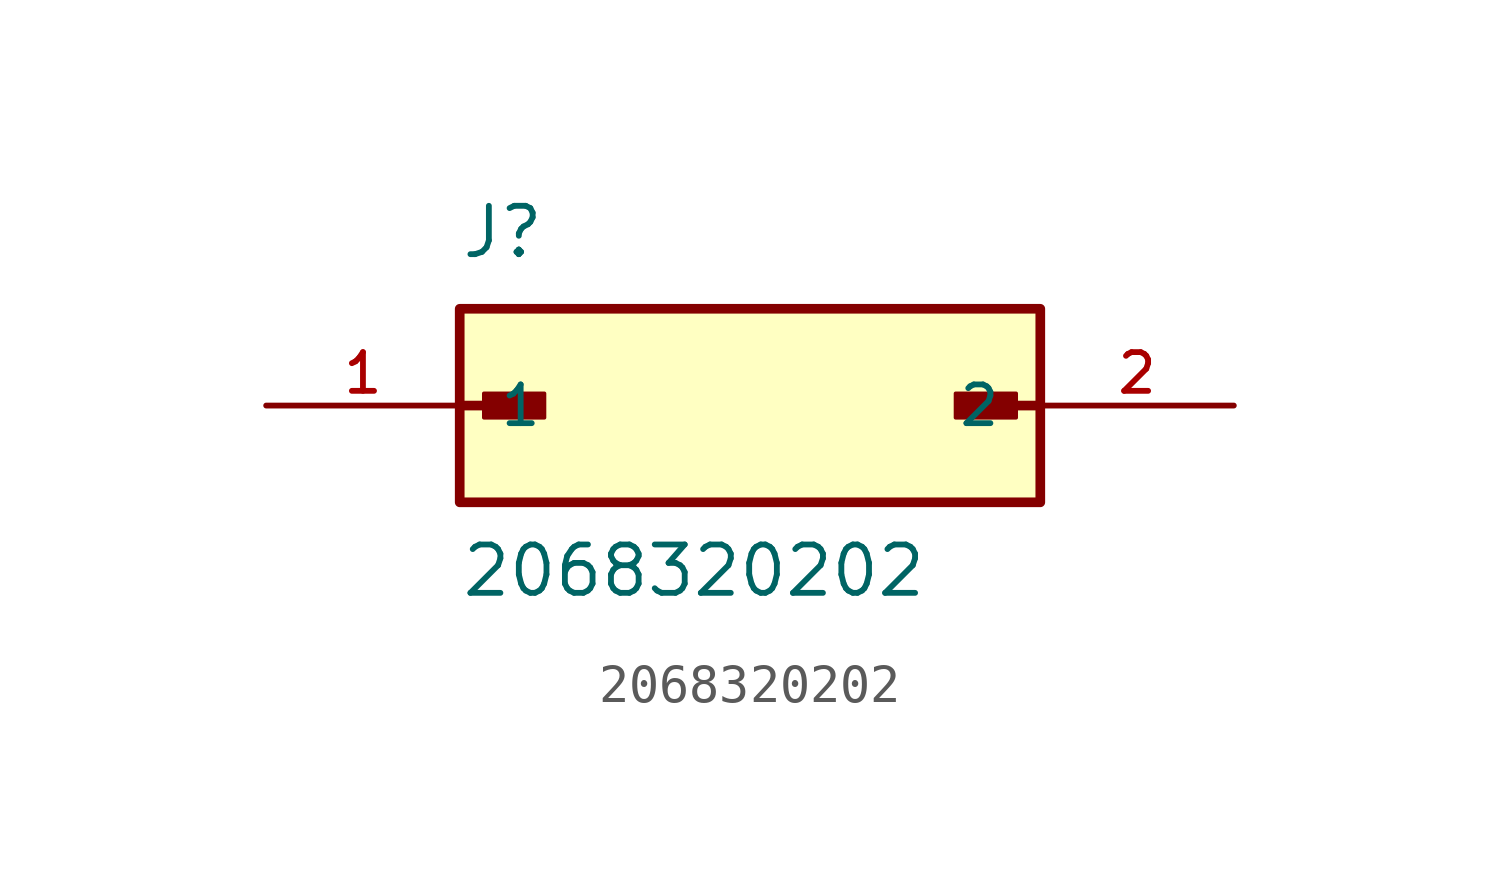
<source format=kicad_sym>
(kicad_symbol_lib
  (version 20211014)
  (generator kicad_symbol_editor)
  (symbol "2068320202"
    (pin_names
      (offset 1.016))
    (property "Reference" "J"
      (at -7.62 3.81 0)
      (effects (font (size 1.27 1.27)) (justify bottom left)))
    (property "Value" "2068320202"
      (at -7.62 -5.08 0)
      (effects (font (size 1.27 1.27)) (justify bottom left)))
    (symbol "2068320202_0_0"
      (polyline (pts (xy -7.62 0.0) (xy -5.715 0.0)) (stroke (width 0.254)))
      (rectangle (start -6.985 -0.318) (end -5.397 0.318) (stroke (width 0.1)) (fill (type outline)))
      (polyline (pts (xy 7.62 0.0) (xy 5.715 0.0)) (stroke (width 0.254)))
      (rectangle (start 5.397 -0.318) (end 6.985 0.318) (stroke (width 0.1)) (fill (type outline)))
      (rectangle (start -7.62 -2.54) (end 7.62 2.54) (stroke (width 0.254)) (fill (type background)))
      (pin passive line (at -12.7 0.0 0) (length 5.08) (name "1" (effects (font (size 1.016 1.016)))) (number "1" (effects (font (size 1.016 1.016)))))
      (pin passive line (at 12.7 0.0 180.0) (length 5.08) (name "2" (effects (font (size 1.016 1.016)))) (number "2" (effects (font (size 1.016 1.016))))))))
</source>
